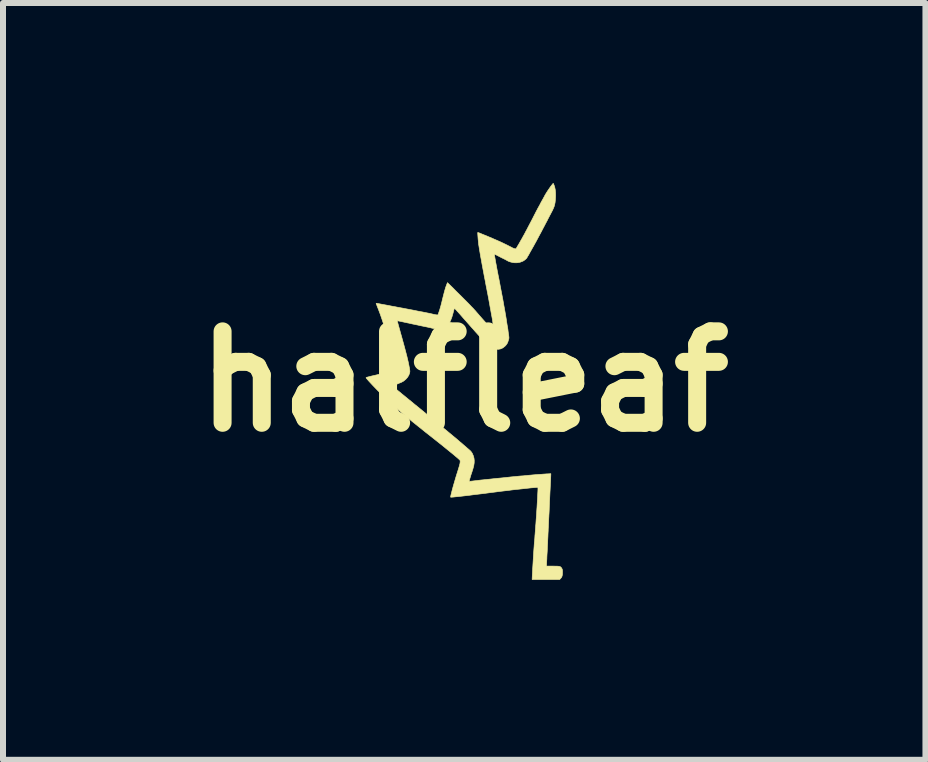
<source format=kicad_pcb>
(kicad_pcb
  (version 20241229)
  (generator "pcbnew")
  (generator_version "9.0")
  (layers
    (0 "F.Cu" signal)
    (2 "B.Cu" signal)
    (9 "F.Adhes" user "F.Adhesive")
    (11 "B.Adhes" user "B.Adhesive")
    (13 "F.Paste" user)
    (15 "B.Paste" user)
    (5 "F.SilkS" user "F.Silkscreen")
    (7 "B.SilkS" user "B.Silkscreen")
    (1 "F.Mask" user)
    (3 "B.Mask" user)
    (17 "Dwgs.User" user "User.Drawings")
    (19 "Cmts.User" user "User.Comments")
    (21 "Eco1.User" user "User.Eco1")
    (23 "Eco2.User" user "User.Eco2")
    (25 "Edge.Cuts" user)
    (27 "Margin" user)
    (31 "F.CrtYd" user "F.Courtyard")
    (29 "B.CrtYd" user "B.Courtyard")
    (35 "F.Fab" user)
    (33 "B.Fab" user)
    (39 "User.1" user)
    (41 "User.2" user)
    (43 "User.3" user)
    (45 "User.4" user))
  (footprint "halfleaf"
    (layer "F.Cu")
    (at 4.688 3.308)
    (property "Reference" "halfleaf" (at 0 0 0) (layer "F.SilkS") (effects (font (size 1.524 1.524) (thickness 0.3))))
    (attr through_hole)
    (fp_poly (pts (xy 1.496 -3.276) (xy 1.508 -3.241) (xy 1.517 -3.198) (xy 1.522 -3.149) (xy 1.523 -3.096) (xy 1.522 -3.071) (xy 1.519 -3.024) (xy 1.515 -2.984) (xy 1.508 -2.949) (xy 1.499 -2.916) (xy 1.485 -2.882) (xy 1.468 -2.845) (xy 1.46 -2.831) (xy 1.444 -2.8) (xy 1.426 -2.766) (xy 1.409 -2.733) (xy 1.394 -2.705) (xy 1.391 -2.697) (xy 1.361 -2.641) (xy 1.335 -2.591) (xy 1.311 -2.546) (xy 1.292 -2.509) (xy 1.284 -2.494) (xy 1.262 -2.453) (xy 1.244 -2.42) (xy 1.23 -2.393) (xy 1.219 -2.373) (xy 1.211 -2.357) (xy 1.204 -2.344) (xy 1.2 -2.337) (xy 1.191 -2.32) (xy 1.179 -2.299) (xy 1.169 -2.281) (xy 1.16 -2.264) (xy 1.147 -2.241) (xy 1.132 -2.215) (xy 1.117 -2.188) (xy 1.114 -2.183) (xy 1.101 -2.16) (xy 1.09 -2.14) (xy 1.082 -2.125) (xy 1.077 -2.116) (xy 1.077 -2.115) (xy 1.074 -2.109) (xy 1.067 -2.099) (xy 1.065 -2.096) (xy 1.056 -2.083) (xy 1.05 -2.071) (xy 1.05 -2.069) (xy 1.042 -2.056) (xy 1.028 -2.041) (xy 1.009 -2.025) (xy 0.989 -2.011) (xy 0.978 -2.005) (xy 0.929 -1.986) (xy 0.878 -1.978) (xy 0.841 -1.978) (xy 0.804 -1.983) (xy 0.768 -1.992) (xy 0.735 -2.004) (xy 0.716 -2.014) (xy 0.704 -2.021) (xy 0.686 -2.031) (xy 0.664 -2.042) (xy 0.65 -2.049) (xy 0.623 -2.062) (xy 0.592 -2.078) (xy 0.563 -2.093) (xy 0.554 -2.098) (xy 0.534 -2.108) (xy 0.518 -2.116) (xy 0.507 -2.12) (xy 0.504 -2.121) (xy 0.503 -2.119) (xy 0.503 -2.114) (xy 0.504 -2.105) (xy 0.506 -2.093) (xy 0.509 -2.076) (xy 0.513 -2.053) (xy 0.518 -2.025) (xy 0.524 -1.99) (xy 0.532 -1.948) (xy 0.541 -1.898) (xy 0.552 -1.84) (xy 0.565 -1.773) (xy 0.577 -1.714) (xy 0.59 -1.646) (xy 0.601 -1.586) (xy 0.611 -1.534) (xy 0.62 -1.487) (xy 0.628 -1.446) (xy 0.635 -1.409) (xy 0.642 -1.374) (xy 0.648 -1.34) (xy 0.654 -1.306) (xy 0.66 -1.271) (xy 0.667 -1.233) (xy 0.674 -1.192) (xy 0.676 -1.184) (xy 0.681 -1.155) (xy 0.686 -1.125) (xy 0.691 -1.098) (xy 0.693 -1.085) (xy 0.697 -1.061) (xy 0.701 -1.036) (xy 0.704 -1.017) (xy 0.704 -1.016) (xy 0.706 -0.998) (xy 0.71 -0.975) (xy 0.714 -0.949) (xy 0.716 -0.937) (xy 0.721 -0.912) (xy 0.725 -0.887) (xy 0.728 -0.866) (xy 0.729 -0.859) (xy 0.731 -0.841) (xy 0.734 -0.817) (xy 0.738 -0.791) (xy 0.74 -0.779) (xy 0.743 -0.754) (xy 0.745 -0.737) (xy 0.745 -0.722) (xy 0.743 -0.709) (xy 0.739 -0.695) (xy 0.728 -0.66) (xy 0.715 -0.631) (xy 0.696 -0.605) (xy 0.678 -0.586) (xy 0.645 -0.56) (xy 0.61 -0.543) (xy 0.573 -0.536) (xy 0.531 -0.537) (xy 0.515 -0.54) (xy 0.471 -0.553) (xy 0.43 -0.575) (xy 0.389 -0.605) (xy 0.349 -0.644) (xy 0.316 -0.681) (xy 0.305 -0.695) (xy 0.288 -0.715) (xy 0.267 -0.739) (xy 0.242 -0.767) (xy 0.215 -0.797) (xy 0.208 -0.805) (xy 0.195 -0.819) (xy 0.178 -0.838) (xy 0.159 -0.86) (xy 0.14 -0.882) (xy 0.139 -0.882) (xy 0.11 -0.915) (xy 0.086 -0.942) (xy 0.068 -0.963) (xy 0.053 -0.979) (xy 0.043 -0.991) (xy 0.035 -1) (xy 0.029 -1.007) (xy 0.024 -1.012) (xy 0.021 -1.015) (xy 0.008 -1.03) (xy -0.005 -1.044) (xy -0.005 -1.045) (xy -0.018 -1.059) (xy -0.033 -1.077) (xy -0.05 -1.096) (xy -0.065 -1.114) (xy -0.079 -1.129) (xy -0.089 -1.14) (xy -0.091 -1.143) (xy -0.098 -1.151) (xy -0.11 -1.163) (xy -0.124 -1.179) (xy -0.129 -1.185) (xy -0.143 -1.2) (xy -0.154 -1.212) (xy -0.161 -1.218) (xy -0.162 -1.219) (xy -0.165 -1.215) (xy -0.169 -1.203) (xy -0.172 -1.193) (xy -0.189 -1.129) (xy -0.205 -1.074) (xy -0.222 -1.029) (xy -0.239 -0.991) (xy -0.257 -0.96) (xy -0.276 -0.936) (xy -0.286 -0.927) (xy -0.314 -0.905) (xy -0.343 -0.89) (xy -0.377 -0.88) (xy -0.417 -0.875) (xy -0.424 -0.875) (xy -0.453 -0.874) (xy -0.476 -0.875) (xy -0.498 -0.879) (xy -0.518 -0.884) (xy -0.538 -0.888) (xy -0.564 -0.895) (xy -0.596 -0.902) (xy -0.629 -0.909) (xy -0.655 -0.914) (xy -0.692 -0.922) (xy -0.732 -0.93) (xy -0.771 -0.939) (xy -0.806 -0.946) (xy -0.823 -0.95) (xy -0.854 -0.956) (xy -0.886 -0.963) (xy -0.916 -0.97) (xy -0.939 -0.975) (xy -0.942 -0.975) (xy -0.967 -0.981) (xy -0.997 -0.987) (xy -1.029 -0.994) (xy -1.048 -0.998) (xy -1.071 -1.003) (xy -1.091 -1.007) (xy -1.105 -1.01) (xy -1.112 -1.011) (xy -1.113 -1.011) (xy -1.114 -1.009) (xy -1.114 -1.005) (xy -1.113 -0.999) (xy -1.111 -0.989) (xy -1.107 -0.974) (xy -1.102 -0.955) (xy -1.095 -0.929) (xy -1.086 -0.897) (xy -1.075 -0.858) (xy -1.062 -0.81) (xy -1.046 -0.754) (xy -1.044 -0.747) (xy -1.022 -0.667) (xy -1.002 -0.595) (xy -0.985 -0.531) (xy -0.97 -0.474) (xy -0.956 -0.421) (xy -0.945 -0.373) (xy -0.934 -0.327) (xy -0.925 -0.284) (xy -0.917 -0.241) (xy -0.914 -0.229) (xy -0.91 -0.202) (xy -0.907 -0.182) (xy -0.906 -0.166) (xy -0.908 -0.153) (xy -0.909 -0.146) (xy -0.922 -0.107) (xy -0.944 -0.07) (xy -0.974 -0.036) (xy -1.009 -0.007) (xy -1.048 0.015) (xy -1.073 0.025) (xy -1.086 0.03) (xy -1.105 0.038) (xy -1.127 0.048) (xy -1.143 0.055) (xy -1.194 0.079) (xy -1.182 0.089) (xy -1.173 0.097) (xy -1.158 0.11) (xy -1.143 0.122) (xy -1.127 0.135) (xy -1.112 0.148) (xy -1.102 0.156) (xy -1.096 0.161) (xy -1.082 0.172) (xy -1.062 0.188) (xy -1.038 0.209) (xy -1.009 0.232) (xy -0.976 0.259) (xy -0.942 0.287) (xy -0.93 0.297) (xy -0.874 0.342) (xy -0.825 0.383) (xy -0.779 0.42) (xy -0.736 0.455) (xy -0.692 0.491) (xy -0.647 0.528) (xy -0.605 0.563) (xy -0.592 0.574) (xy -0.575 0.588) (xy -0.557 0.603) (xy -0.554 0.605) (xy -0.541 0.616) (xy -0.522 0.632) (xy -0.497 0.652) (xy -0.47 0.675) (xy -0.44 0.7) (xy -0.41 0.724) (xy -0.379 0.75) (xy -0.348 0.776) (xy -0.318 0.8) (xy -0.292 0.821) (xy -0.271 0.839) (xy -0.258 0.85) (xy -0.236 0.868) (xy -0.214 0.886) (xy -0.195 0.902) (xy -0.187 0.909) (xy -0.165 0.927) (xy -0.138 0.949) (xy -0.108 0.975) (xy -0.076 1.003) (xy -0.042 1.031) (xy -0.009 1.06) (xy 0.023 1.087) (xy 0.051 1.112) (xy 0.076 1.133) (xy 0.095 1.15) (xy 0.105 1.159) (xy 0.116 1.172) (xy 0.128 1.189) (xy 0.137 1.205) (xy 0.153 1.243) (xy 0.163 1.28) (xy 0.167 1.318) (xy 0.166 1.359) (xy 0.159 1.404) (xy 0.146 1.454) (xy 0.133 1.496) (xy 0.122 1.529) (xy 0.111 1.561) (xy 0.102 1.592) (xy 0.094 1.618) (xy 0.088 1.64) (xy 0.084 1.656) (xy 0.083 1.664) (xy 0.083 1.664) (xy 0.089 1.665) (xy 0.103 1.664) (xy 0.123 1.662) (xy 0.149 1.659) (xy 0.174 1.656) (xy 0.204 1.653) (xy 0.233 1.649) (xy 0.258 1.646) (xy 0.276 1.644) (xy 0.284 1.643) (xy 0.297 1.642) (xy 0.317 1.64) (xy 0.344 1.637) (xy 0.374 1.634) (xy 0.404 1.631) (xy 0.443 1.627) (xy 0.488 1.622) (xy 0.535 1.617) (xy 0.578 1.613) (xy 0.599 1.611) (xy 0.64 1.607) (xy 0.686 1.602) (xy 0.733 1.597) (xy 0.777 1.592) (xy 0.798 1.59) (xy 0.834 1.587) (xy 0.873 1.583) (xy 0.911 1.579) (xy 0.945 1.576) (xy 0.965 1.575) (xy 0.992 1.573) (xy 1.016 1.57) (xy 1.036 1.569) (xy 1.048 1.567) (xy 1.049 1.567) (xy 1.059 1.566) (xy 1.078 1.564) (xy 1.104 1.562) (xy 1.135 1.559) (xy 1.17 1.556) (xy 1.208 1.553) (xy 1.246 1.55) (xy 1.283 1.548) (xy 1.319 1.545) (xy 1.35 1.543) (xy 1.376 1.541) (xy 1.386 1.541) (xy 1.444 1.538) (xy 1.441 1.616) (xy 1.44 1.643) (xy 1.438 1.678) (xy 1.436 1.718) (xy 1.434 1.761) (xy 1.432 1.804) (xy 1.43 1.836) (xy 1.428 1.879) (xy 1.426 1.922) (xy 1.424 1.965) (xy 1.422 2.004) (xy 1.421 2.037) (xy 1.42 2.057) (xy 1.418 2.092) (xy 1.417 2.132) (xy 1.415 2.174) (xy 1.413 2.213) (xy 1.412 2.223) (xy 1.411 2.249) (xy 1.409 2.284) (xy 1.407 2.325) (xy 1.405 2.37) (xy 1.403 2.417) (xy 1.4 2.464) (xy 1.4 2.484) (xy 1.397 2.534) (xy 1.395 2.588) (xy 1.392 2.644) (xy 1.39 2.698) (xy 1.387 2.748) (xy 1.385 2.792) (xy 1.385 2.799) (xy 1.383 2.84) (xy 1.38 2.883) (xy 1.378 2.923) (xy 1.377 2.96) (xy 1.375 2.991) (xy 1.374 3.009) (xy 1.371 3.078) (xy 1.475 3.078) (xy 1.515 3.079) (xy 1.546 3.079) (xy 1.57 3.081) (xy 1.588 3.084) (xy 1.601 3.088) (xy 1.61 3.095) (xy 1.618 3.103) (xy 1.625 3.114) (xy 1.626 3.115) (xy 1.632 3.127) (xy 1.636 3.14) (xy 1.638 3.155) (xy 1.638 3.177) (xy 1.638 3.183) (xy 1.637 3.216) (xy 1.632 3.242) (xy 1.624 3.263) (xy 1.611 3.28) (xy 1.607 3.285) (xy 1.59 3.302) (xy 1.132 3.302) (xy 1.135 3.23) (xy 1.137 3.199) (xy 1.139 3.162) (xy 1.141 3.12) (xy 1.144 3.074) (xy 1.147 3.025) (xy 1.15 2.975) (xy 1.153 2.925) (xy 1.156 2.876) (xy 1.159 2.829) (xy 1.162 2.787) (xy 1.165 2.749) (xy 1.167 2.717) (xy 1.169 2.692) (xy 1.17 2.677) (xy 1.171 2.675) (xy 1.172 2.662) (xy 1.174 2.642) (xy 1.176 2.617) (xy 1.178 2.589) (xy 1.178 2.578) (xy 1.181 2.545) (xy 1.184 2.507) (xy 1.187 2.466) (xy 1.19 2.427) (xy 1.191 2.41) (xy 1.195 2.365) (xy 1.198 2.317) (xy 1.202 2.265) (xy 1.206 2.211) (xy 1.209 2.157) (xy 1.213 2.102) (xy 1.216 2.049) (xy 1.219 1.997) (xy 1.222 1.948) (xy 1.224 1.903) (xy 1.226 1.863) (xy 1.228 1.828) (xy 1.229 1.8) (xy 1.229 1.78) (xy 1.229 1.768) (xy 1.228 1.765) (xy 1.222 1.765) (xy 1.207 1.766) (xy 1.183 1.768) (xy 1.151 1.771) (xy 1.113 1.774) (xy 1.069 1.779) (xy 1.021 1.784) (xy 0.968 1.79) (xy 0.912 1.796) (xy 0.853 1.802) (xy 0.793 1.809) (xy 0.733 1.817) (xy 0.672 1.824) (xy 0.613 1.831) (xy 0.555 1.838) (xy 0.536 1.841) (xy 0.432 1.854) (xy 0.335 1.867) (xy 0.244 1.878) (xy 0.16 1.888) (xy 0.084 1.898) (xy 0.015 1.906) (xy -0.045 1.913) (xy -0.098 1.919) (xy -0.142 1.923) (xy -0.177 1.927) (xy -0.203 1.929) (xy -0.22 1.93) (xy -0.226 1.929) (xy -0.226 1.929) (xy -0.227 1.923) (xy -0.225 1.911) (xy -0.224 1.907) (xy -0.221 1.893) (xy -0.216 1.873) (xy -0.21 1.85) (xy -0.208 1.841) (xy -0.2 1.809) (xy -0.189 1.768) (xy -0.176 1.722) (xy -0.161 1.671) (xy -0.146 1.619) (xy -0.13 1.566) (xy -0.114 1.515) (xy -0.099 1.468) (xy -0.091 1.441) (xy -0.078 1.398) (xy -0.07 1.363) (xy -0.067 1.336) (xy -0.069 1.318) (xy -0.072 1.312) (xy -0.078 1.306) (xy -0.091 1.294) (xy -0.11 1.277) (xy -0.134 1.257) (xy -0.162 1.233) (xy -0.192 1.208) (xy -0.224 1.182) (xy -0.293 1.126) (xy -0.369 1.064) (xy -0.451 0.999) (xy -0.538 0.93) (xy -0.623 0.863) (xy -0.645 0.846) (xy -0.672 0.824) (xy -0.703 0.799) (xy -0.734 0.774) (xy -0.762 0.752) (xy -0.788 0.731) (xy -0.813 0.711) (xy -0.835 0.693) (xy -0.853 0.679) (xy -0.864 0.67) (xy -0.866 0.669) (xy -0.882 0.655) (xy -0.9 0.64) (xy -0.906 0.635) (xy -0.921 0.622) (xy -0.94 0.606) (xy -0.957 0.592) (xy -1.035 0.528) (xy -1.117 0.457) (xy -1.202 0.381) (xy -1.287 0.303) (xy -1.37 0.223) (xy -1.45 0.143) (xy -1.525 0.065) (xy -1.592 -0.007) (xy -1.611 -0.029) (xy -1.624 -0.044) (xy -1.632 -0.054) (xy -1.636 -0.061) (xy -1.635 -0.064) (xy -1.632 -0.067) (xy -1.63 -0.067) (xy -1.625 -0.069) (xy -1.617 -0.071) (xy -1.606 -0.074) (xy -1.59 -0.078) (xy -1.568 -0.084) (xy -1.539 -0.091) (xy -1.503 -0.099) (xy -1.46 -0.109) (xy -1.433 -0.116) (xy -1.401 -0.124) (xy -1.367 -0.133) (xy -1.331 -0.143) (xy -1.294 -0.153) (xy -1.259 -0.164) (xy -1.226 -0.173) (xy -1.197 -0.182) (xy -1.173 -0.189) (xy -1.155 -0.195) (xy -1.145 -0.199) (xy -1.143 -0.2) (xy -1.144 -0.209) (xy -1.148 -0.226) (xy -1.153 -0.25) (xy -1.16 -0.281) (xy -1.168 -0.316) (xy -1.177 -0.356) (xy -1.187 -0.397) (xy -1.197 -0.439) (xy -1.207 -0.482) (xy -1.218 -0.523) (xy -1.227 -0.561) (xy -1.236 -0.594) (xy -1.259 -0.679) (xy -1.285 -0.768) (xy -1.313 -0.859) (xy -1.342 -0.949) (xy -1.371 -1.037) (xy -1.4 -1.121) (xy -1.429 -1.198) (xy -1.451 -1.254) (xy -1.458 -1.273) (xy -1.464 -1.289) (xy -1.468 -1.299) (xy -1.468 -1.301) (xy -1.464 -1.302) (xy -1.453 -1.301) (xy -1.447 -1.3) (xy -1.433 -1.298) (xy -1.413 -1.294) (xy -1.388 -1.289) (xy -1.361 -1.284) (xy -1.356 -1.283) (xy -1.329 -1.278) (xy -1.295 -1.272) (xy -1.257 -1.265) (xy -1.218 -1.257) (xy -1.18 -1.25) (xy -1.179 -1.25) (xy -1.141 -1.243) (xy -1.102 -1.235) (xy -1.063 -1.228) (xy -1.029 -1.222) (xy -1.002 -1.217) (xy -1.001 -1.216) (xy -0.956 -1.208) (xy -0.919 -1.201) (xy -0.888 -1.195) (xy -0.861 -1.19) (xy -0.836 -1.185) (xy -0.811 -1.18) (xy -0.792 -1.176) (xy -0.762 -1.17) (xy -0.726 -1.163) (xy -0.691 -1.157) (xy -0.673 -1.153) (xy -0.642 -1.147) (xy -0.607 -1.14) (xy -0.571 -1.133) (xy -0.546 -1.127) (xy -0.511 -1.119) (xy -0.484 -1.113) (xy -0.465 -1.11) (xy -0.451 -1.109) (xy -0.443 -1.109) (xy -0.438 -1.111) (xy -0.436 -1.115) (xy -0.435 -1.116) (xy -0.432 -1.125) (xy -0.427 -1.141) (xy -0.42 -1.159) (xy -0.42 -1.161) (xy -0.41 -1.189) (xy -0.4 -1.224) (xy -0.388 -1.266) (xy -0.375 -1.317) (xy -0.361 -1.376) (xy -0.351 -1.415) (xy -0.336 -1.474) (xy -0.322 -1.525) (xy -0.309 -1.569) (xy -0.295 -1.607) (xy -0.287 -1.628) (xy -0.279 -1.647) (xy -0.192 -1.562) (xy -0.134 -1.503) (xy -0.082 -1.452) (xy -0.036 -1.406) (xy 0.004 -1.366) (xy 0.039 -1.331) (xy 0.07 -1.3) (xy 0.096 -1.273) (xy 0.119 -1.248) (xy 0.14 -1.227) (xy 0.158 -1.208) (xy 0.174 -1.19) (xy 0.19 -1.173) (xy 0.204 -1.156) (xy 0.213 -1.146) (xy 0.257 -1.095) (xy 0.3 -1.046) (xy 0.34 -1.001) (xy 0.378 -0.96) (xy 0.396 -0.94) (xy 0.402 -0.933) (xy 0.414 -0.921) (xy 0.429 -0.904) (xy 0.446 -0.884) (xy 0.452 -0.877) (xy 0.469 -0.858) (xy 0.483 -0.842) (xy 0.494 -0.83) (xy 0.5 -0.824) (xy 0.5 -0.823) (xy 0.5 -0.828) (xy 0.498 -0.841) (xy 0.496 -0.861) (xy 0.492 -0.887) (xy 0.487 -0.917) (xy 0.482 -0.95) (xy 0.477 -0.983) (xy 0.472 -1.016) (xy 0.467 -1.047) (xy 0.462 -1.075) (xy 0.458 -1.097) (xy 0.457 -1.102) (xy 0.453 -1.123) (xy 0.448 -1.151) (xy 0.442 -1.185) (xy 0.435 -1.222) (xy 0.428 -1.261) (xy 0.424 -1.285) (xy 0.416 -1.328) (xy 0.408 -1.374) (xy 0.399 -1.42) (xy 0.391 -1.463) (xy 0.383 -1.501) (xy 0.381 -1.514) (xy 0.374 -1.55) (xy 0.366 -1.589) (xy 0.359 -1.627) (xy 0.353 -1.661) (xy 0.349 -1.681) (xy 0.344 -1.707) (xy 0.337 -1.741) (xy 0.33 -1.778) (xy 0.323 -1.818) (xy 0.315 -1.858) (xy 0.313 -1.869) (xy 0.298 -1.949) (xy 0.285 -2.023) (xy 0.272 -2.091) (xy 0.262 -2.152) (xy 0.253 -2.205) (xy 0.246 -2.251) (xy 0.24 -2.287) (xy 0.237 -2.315) (xy 0.237 -2.319) (xy 0.233 -2.358) (xy 0.23 -2.393) (xy 0.228 -2.425) (xy 0.226 -2.451) (xy 0.225 -2.47) (xy 0.225 -2.481) (xy 0.226 -2.483) (xy 0.231 -2.482) (xy 0.244 -2.478) (xy 0.261 -2.471) (xy 0.27 -2.468) (xy 0.295 -2.457) (xy 0.322 -2.446) (xy 0.345 -2.437) (xy 0.348 -2.436) (xy 0.377 -2.424) (xy 0.412 -2.409) (xy 0.452 -2.393) (xy 0.475 -2.382) (xy 0.483 -2.379) (xy 0.498 -2.372) (xy 0.519 -2.363) (xy 0.545 -2.352) (xy 0.574 -2.339) (xy 0.574 -2.339) (xy 0.608 -2.324) (xy 0.644 -2.307) (xy 0.679 -2.29) (xy 0.71 -2.275) (xy 0.726 -2.267) (xy 0.759 -2.25) (xy 0.783 -2.238) (xy 0.801 -2.228) (xy 0.814 -2.222) (xy 0.824 -2.218) (xy 0.831 -2.215) (xy 0.837 -2.214) (xy 0.844 -2.212) (xy 0.849 -2.211) (xy 0.854 -2.21) (xy 0.858 -2.211) (xy 0.862 -2.213) (xy 0.867 -2.219) (xy 0.874 -2.229) (xy 0.883 -2.244) (xy 0.895 -2.265) (xy 0.912 -2.293) (xy 0.932 -2.329) (xy 0.932 -2.329) (xy 0.949 -2.359) (xy 0.966 -2.388) (xy 0.981 -2.416) (xy 0.994 -2.439) (xy 1.001 -2.451) (xy 1.014 -2.476) (xy 1.029 -2.505) (xy 1.043 -2.53) (xy 1.044 -2.532) (xy 1.063 -2.569) (xy 1.086 -2.613) (xy 1.113 -2.664) (xy 1.143 -2.722) (xy 1.177 -2.789) (xy 1.181 -2.796) (xy 1.197 -2.828) (xy 1.213 -2.858) (xy 1.227 -2.885) (xy 1.239 -2.907) (xy 1.248 -2.922) (xy 1.25 -2.927) (xy 1.258 -2.941) (xy 1.264 -2.951) (xy 1.265 -2.954) (xy 1.267 -2.96) (xy 1.274 -2.972) (xy 1.283 -2.989) (xy 1.295 -3.011) (xy 1.297 -3.014) (xy 1.311 -3.039) (xy 1.324 -3.063) (xy 1.336 -3.084) (xy 1.343 -3.099) (xy 1.356 -3.121) (xy 1.373 -3.149) (xy 1.393 -3.18) (xy 1.415 -3.212) (xy 1.437 -3.244) (xy 1.458 -3.272) (xy 1.472 -3.288) (xy 1.483 -3.303) (xy 1.496 -3.276)) (stroke (width 0.01) (type solid)) (fill yes) (layer "F.SilkS")))
  (gr_rect
    (start -3 -3)
    (end 12.376 9.615)
    (stroke (width 0.1) (type default))
    (fill no)
    (layer "Edge.Cuts")))
</source>
